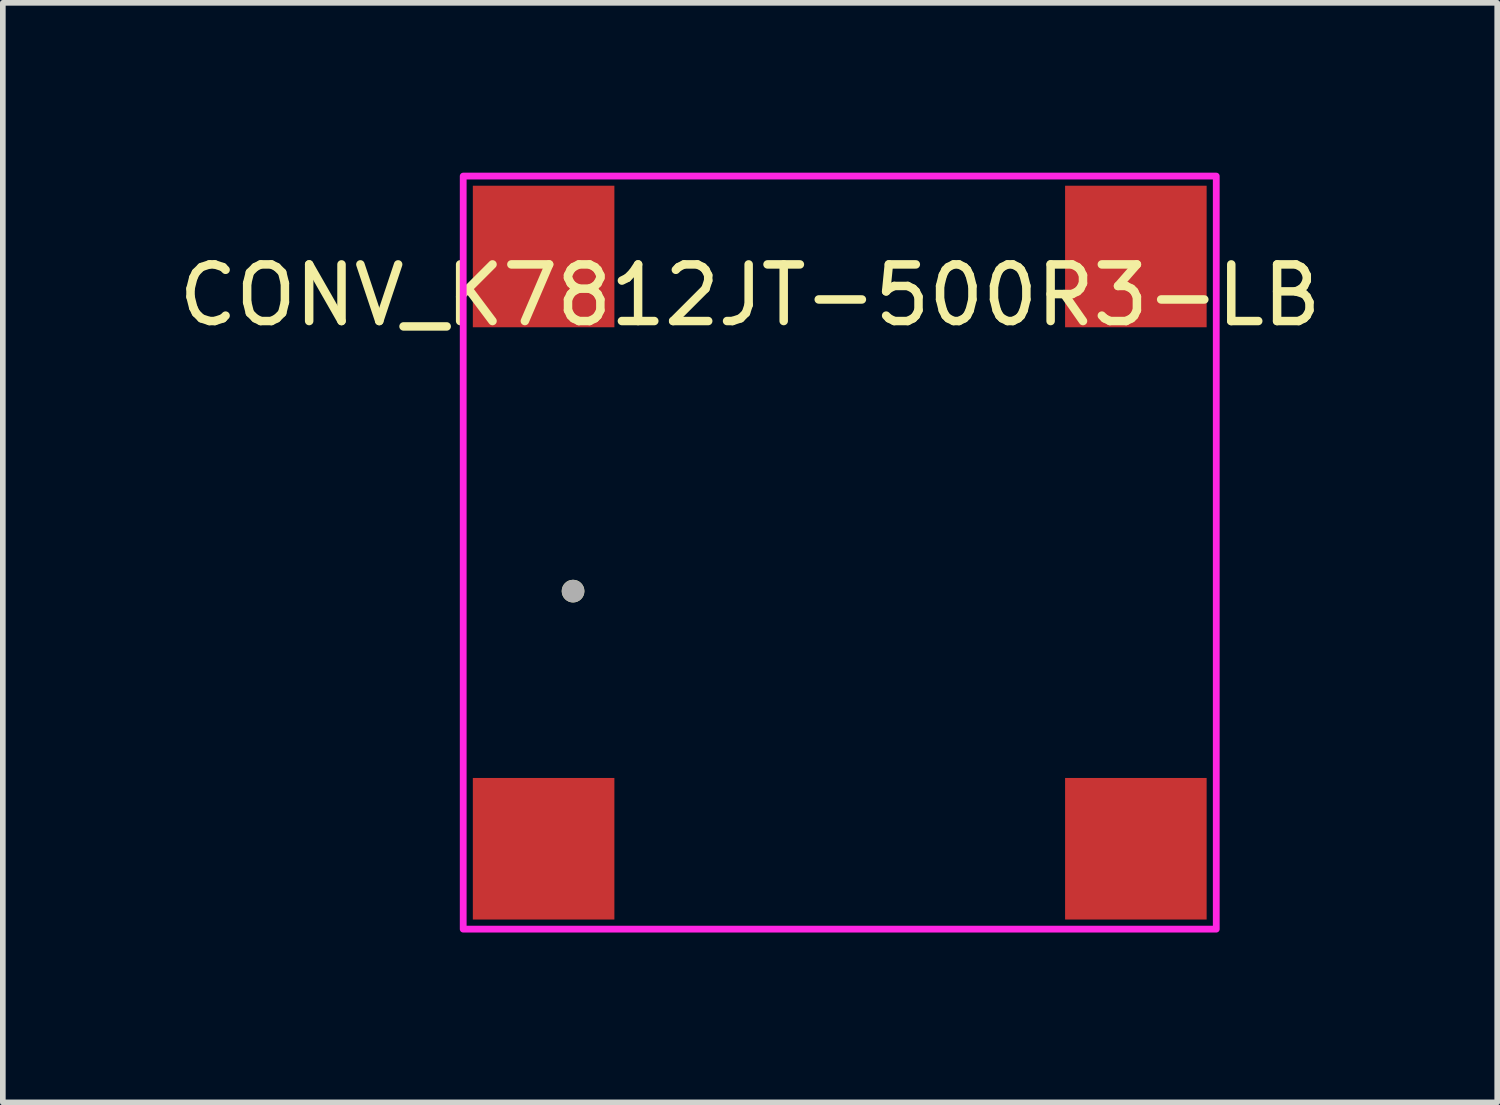
<source format=kicad_pcb>
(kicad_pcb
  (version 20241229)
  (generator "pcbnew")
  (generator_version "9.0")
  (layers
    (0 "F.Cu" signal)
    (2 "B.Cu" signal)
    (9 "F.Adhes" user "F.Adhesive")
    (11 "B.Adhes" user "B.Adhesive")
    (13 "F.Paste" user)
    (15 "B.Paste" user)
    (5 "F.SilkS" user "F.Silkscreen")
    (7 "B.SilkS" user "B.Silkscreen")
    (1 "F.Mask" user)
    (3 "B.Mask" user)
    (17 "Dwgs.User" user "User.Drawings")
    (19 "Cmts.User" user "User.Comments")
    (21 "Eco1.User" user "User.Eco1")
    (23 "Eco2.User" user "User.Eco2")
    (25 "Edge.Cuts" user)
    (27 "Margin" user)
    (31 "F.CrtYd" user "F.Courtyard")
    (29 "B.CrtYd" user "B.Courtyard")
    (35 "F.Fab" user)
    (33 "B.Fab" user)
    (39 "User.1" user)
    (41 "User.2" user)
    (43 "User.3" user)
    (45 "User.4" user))
  (footprint "CONV_K7812JT-500R3-LB"
    (layer "F.Cu")
    (at 13.771 10.55)
    (property "Reference" "CONV_K7812JT-500R3-LB" (at -3.575 -8.385 0) (layer "F.SilkS") (effects (font (size 1 1) (thickness 0.15))))
    (attr smd)
    (fp_circle (center -6.7 -3.16) (end -6.6 -3.16) (stroke (width 0.2) (type solid)) (fill no) (layer "F.SilkS"))
    (fp_rect (start -8.64 -10.49) (end 4.66 2.81) (stroke (width 0.12) (type default)) (fill no) (layer "F.CrtYd"))
    (fp_circle (center -6.7 -3.16) (end -6.6 -3.16) (stroke (width 0.2) (type solid)) (fill no) (layer "F.Fab"))
    (pad "1" smd rect (at -7.22 -9.07) (size 2.5 2.5) (layers "F.Cu" "F.Mask" "F.Paste"))
    (pad "2" smd rect (at -7.22 1.39) (size 2.5 2.5) (layers "F.Cu" "F.Mask" "F.Paste"))
    (pad "3" smd rect (at 3.24 1.39) (size 2.5 2.5) (layers "F.Cu" "F.Mask" "F.Paste"))
    (pad "4" smd rect (at 3.24 -9.07) (size 2.5 2.5) (layers "F.Cu" "F.Mask" "F.Paste")))
  (gr_rect
    (start -3 -3)
    (end 23.393 16.42)
    (stroke (width 0.1) (type default))
    (fill no)
    (layer "Edge.Cuts")))
</source>
